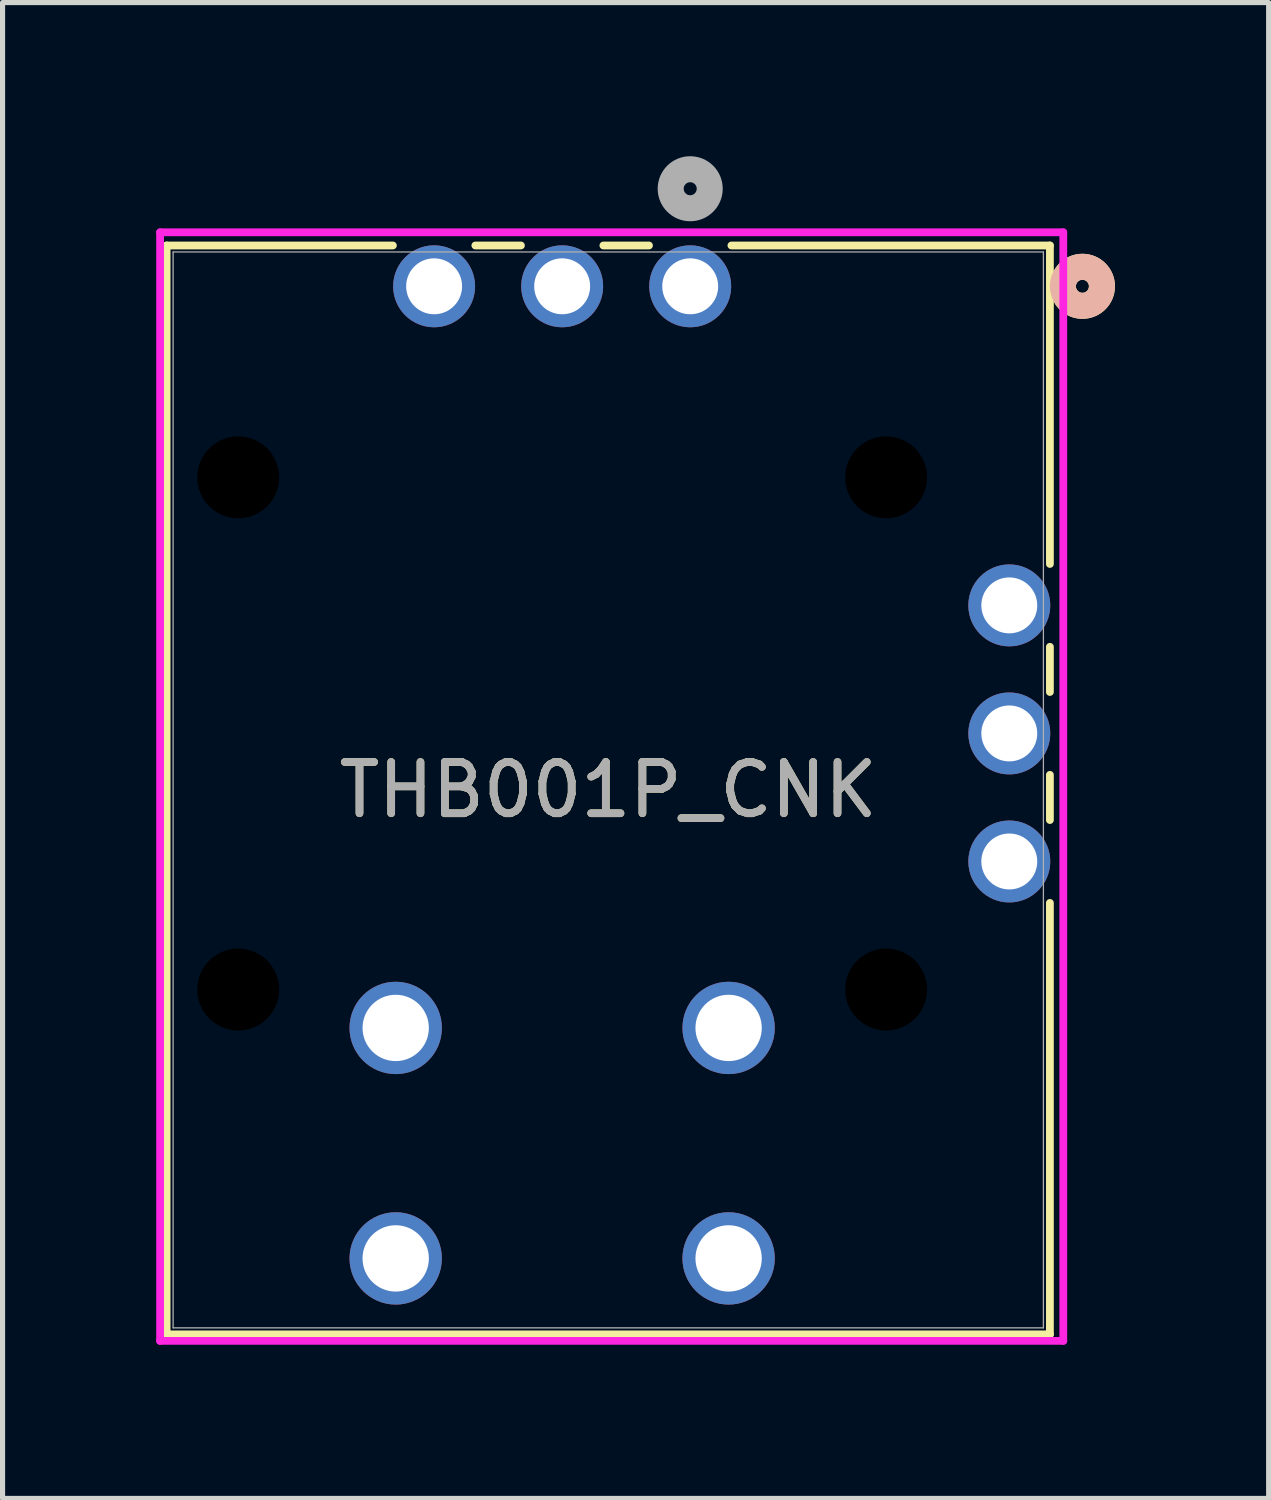
<source format=kicad_pcb>
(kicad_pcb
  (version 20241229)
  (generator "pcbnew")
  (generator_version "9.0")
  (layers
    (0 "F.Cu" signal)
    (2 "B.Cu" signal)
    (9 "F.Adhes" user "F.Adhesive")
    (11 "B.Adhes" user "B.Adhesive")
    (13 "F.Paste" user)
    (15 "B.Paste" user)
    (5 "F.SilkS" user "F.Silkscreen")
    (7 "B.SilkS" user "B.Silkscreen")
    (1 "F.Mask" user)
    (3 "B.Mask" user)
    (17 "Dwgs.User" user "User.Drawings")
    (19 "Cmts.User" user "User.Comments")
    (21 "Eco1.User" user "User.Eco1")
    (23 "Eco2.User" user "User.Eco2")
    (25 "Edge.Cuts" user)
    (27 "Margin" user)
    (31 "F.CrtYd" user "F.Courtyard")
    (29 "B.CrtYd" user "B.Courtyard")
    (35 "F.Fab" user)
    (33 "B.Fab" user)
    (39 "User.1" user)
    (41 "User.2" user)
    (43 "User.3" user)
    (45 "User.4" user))
  (footprint "THB001P_CNK"
    (layer "F.Cu")
    (at 10.426 2.54)
    (property "Reference" "THB001P_CNK" (at -1.6 9.833 0) (unlocked yes) (layer "F.SilkS") (effects (font (size 1 1) (thickness 0.15))))
    (attr through_hole)
    (fp_line (start -10.223 -0.797) (end -10.223 20.463) (stroke (width 0.152) (type solid)) (layer "F.SilkS"))
    (fp_line (start -10.223 20.463) (end 7.023 20.463) (stroke (width 0.152) (type solid)) (layer "F.SilkS"))
    (fp_line (start -5.805 -0.797) (end -10.223 -0.797) (stroke (width 0.152) (type solid)) (layer "F.SilkS"))
    (fp_line (start -3.305 -0.797) (end -4.195 -0.797) (stroke (width 0.152) (type solid)) (layer "F.SilkS"))
    (fp_line (start -0.805 -0.797) (end -1.695 -0.797) (stroke (width 0.152) (type solid)) (layer "F.SilkS"))
    (fp_line (start 7.023 -0.797) (end 0.805 -0.797) (stroke (width 0.152) (type solid)) (layer "F.SilkS"))
    (fp_line (start 7.023 5.421) (end 7.023 -0.797) (stroke (width 0.152) (type solid)) (layer "F.SilkS"))
    (fp_line (start 7.023 7.921) (end 7.023 7.039) (stroke (width 0.152) (type solid)) (layer "F.SilkS"))
    (fp_line (start 7.023 10.421) (end 7.023 9.539) (stroke (width 0.152) (type solid)) (layer "F.SilkS"))
    (fp_line (start 7.023 20.463) (end 7.023 12.039) (stroke (width 0.152) (type solid)) (layer "F.SilkS"))
    (fp_circle (center 7.658 0) (end 8.039 0) (stroke (width 0.508) (type solid)) (fill no) (layer "F.SilkS"))
    (fp_circle (center 7.658 0) (end 8.039 0) (stroke (width 0.508) (type solid)) (fill no) (layer "B.SilkS"))
    (fp_line (start -10.35 -1.054) (end -10.35 20.59) (stroke (width 0.152) (type solid)) (layer "F.CrtYd"))
    (fp_line (start -10.35 20.59) (end 7.284 20.59) (stroke (width 0.152) (type solid)) (layer "F.CrtYd"))
    (fp_line (start 7.284 -1.054) (end -10.35 -1.054) (stroke (width 0.152) (type solid)) (layer "F.CrtYd"))
    (fp_line (start 7.284 20.59) (end 7.284 -1.054) (stroke (width 0.152) (type solid)) (layer "F.CrtYd"))
    (fp_line (start -10.096 -0.67) (end -10.096 20.336) (stroke (width 0.025) (type solid)) (layer "F.Fab"))
    (fp_line (start -10.096 20.336) (end 6.896 20.336) (stroke (width 0.025) (type solid)) (layer "F.Fab"))
    (fp_line (start 6.896 -0.67) (end -10.096 -0.67) (stroke (width 0.025) (type solid)) (layer "F.Fab"))
    (fp_line (start 6.896 20.336) (end 6.896 -0.67) (stroke (width 0.025) (type solid)) (layer "F.Fab"))
    (fp_circle (center 0 -1.905) (end 0.381 -1.905) (stroke (width 0.508) (type solid)) (fill no) (layer "F.Fab"))
    (fp_text user "${REFERENCE}" (at -1.6 9.833 0) (unlocked yes) (layer "F.Fab") (effects (font (size 1 1) (thickness 0.15))))
    (pad "" np_thru_hole circle (at -8.825 3.73) (size 1.6 1.6) (drill 1.6) (layers))
    (pad "" np_thru_hole circle (at -8.825 13.73) (size 1.6 1.6) (drill 1.6) (layers))
    (pad "" np_thru_hole circle (at 3.825 3.73) (size 1.6 1.6) (drill 1.6) (layers))
    (pad "" np_thru_hole circle (at 3.825 13.73) (size 1.6 1.6) (drill 1.6) (layers))
    (pad "1" thru_hole circle (at 0 0) (size 1.6 1.6) (drill 1.092) (layers "*.Cu" "*.Mask"))
    (pad "1'" thru_hole circle (at 6.23 11.23) (size 1.6 1.6) (drill 1.092) (layers "*.Cu" "*.Mask"))
    (pad "2" thru_hole circle (at -2.5 0) (size 1.6 1.6) (drill 1.092) (layers "*.Cu" "*.Mask"))
    (pad "2'" thru_hole circle (at 6.23 8.73) (size 1.6 1.6) (drill 1.092) (layers "*.Cu" "*.Mask"))
    (pad "3" thru_hole circle (at -5 0) (size 1.6 1.6) (drill 1.092) (layers "*.Cu" "*.Mask"))
    (pad "3'" thru_hole circle (at 6.23 6.23) (size 1.6 1.6) (drill 1.092) (layers "*.Cu" "*.Mask"))
    (pad "A" thru_hole circle (at -5.75 14.48) (size 1.803 1.803) (drill 1.295) (layers "*.Cu" "*.Mask"))
    (pad "B" thru_hole circle (at 0.75 14.48) (size 1.803 1.803) (drill 1.295) (layers "*.Cu" "*.Mask"))
    (pad "C" thru_hole circle (at -5.75 18.98) (size 1.803 1.803) (drill 1.295) (layers "*.Cu" "*.Mask"))
    (pad "D" thru_hole circle (at 0.75 18.98) (size 1.803 1.803) (drill 1.295) (layers "*.Cu" "*.Mask")))
  (gr_rect
    (start -3 -3)
    (end 21.72 26.206)
    (stroke (width 0.1) (type default))
    (fill no)
    (layer "Edge.Cuts")))
</source>
